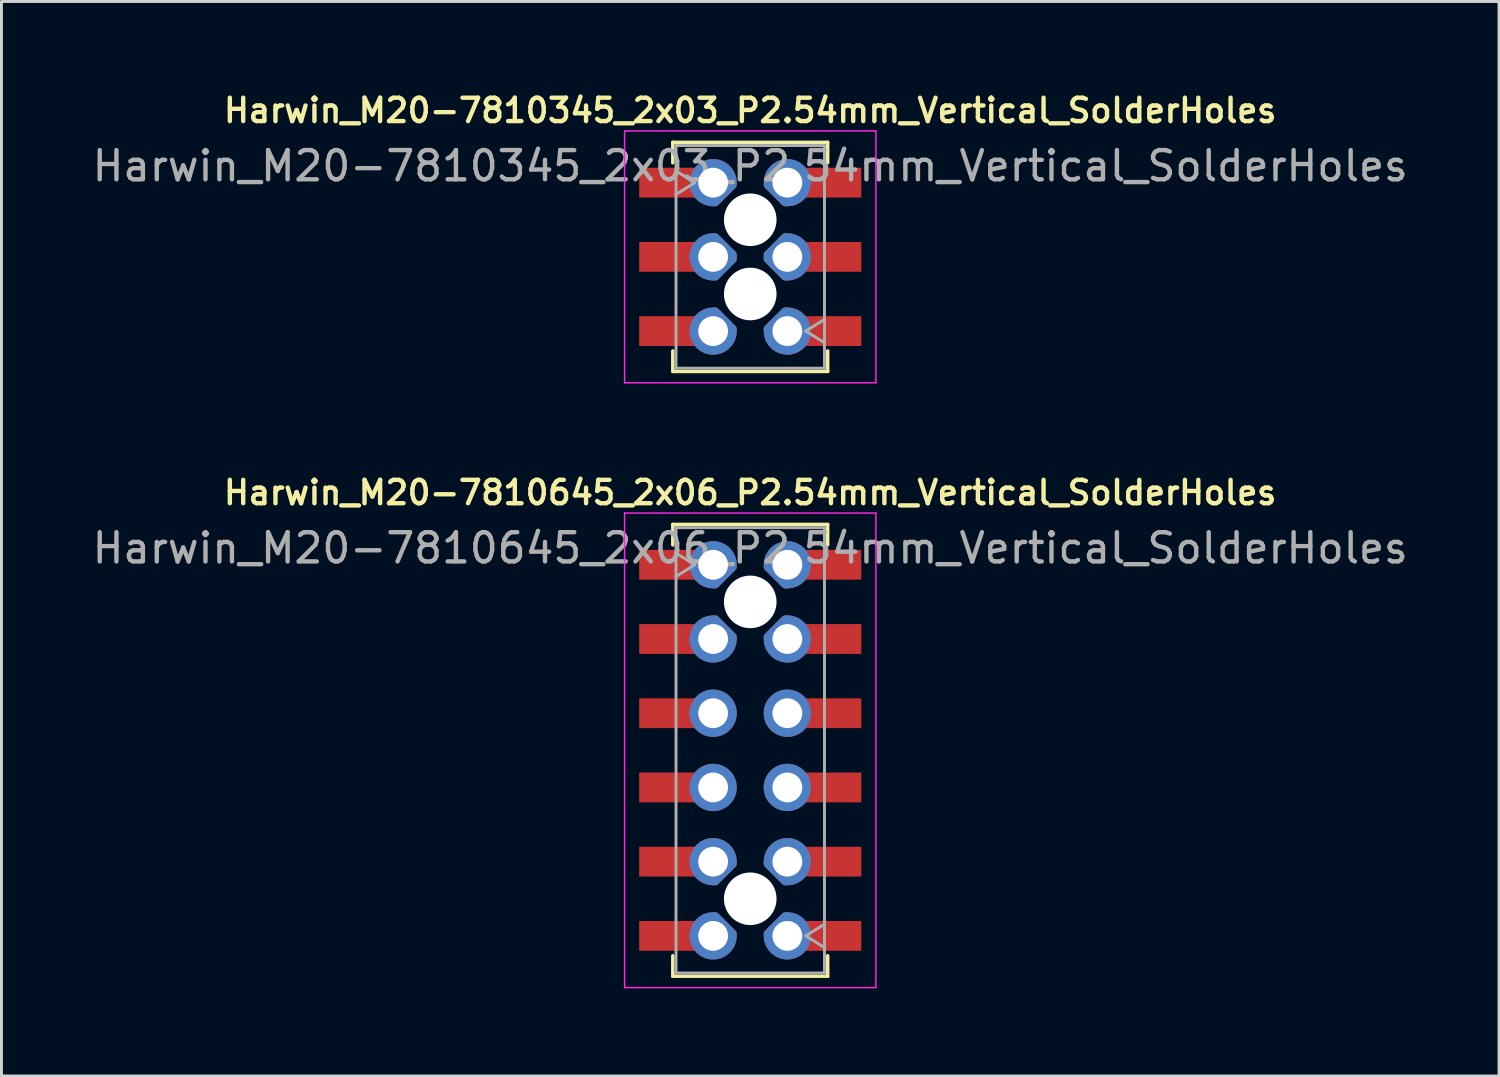
<source format=kicad_pcb>
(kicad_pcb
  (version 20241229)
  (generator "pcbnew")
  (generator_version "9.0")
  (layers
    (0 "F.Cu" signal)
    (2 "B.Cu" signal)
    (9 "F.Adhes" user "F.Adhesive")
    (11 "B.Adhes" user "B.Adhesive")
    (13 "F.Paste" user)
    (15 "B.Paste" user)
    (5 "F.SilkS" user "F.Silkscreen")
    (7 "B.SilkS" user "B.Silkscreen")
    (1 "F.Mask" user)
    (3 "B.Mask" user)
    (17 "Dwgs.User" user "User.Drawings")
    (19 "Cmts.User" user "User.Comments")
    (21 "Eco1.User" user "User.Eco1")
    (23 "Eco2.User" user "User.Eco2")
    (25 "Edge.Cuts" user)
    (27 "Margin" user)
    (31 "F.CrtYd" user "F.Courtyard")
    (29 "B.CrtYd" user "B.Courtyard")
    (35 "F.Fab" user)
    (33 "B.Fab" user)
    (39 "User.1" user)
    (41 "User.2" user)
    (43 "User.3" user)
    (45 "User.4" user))
  (footprint "Harwin_M20-7810345_2x03_P2.54mm_Vertical_SolderHoles"
    (layer "F.Cu")
    (at 22.625 5.741)
    (property "Reference" "Harwin_M20-7810345_2x03_P2.54mm_Vertical_SolderHoles" (at 0 -5.01 180) (layer "F.SilkS") (effects (font (size 0.8 0.8) (thickness 0.15))))
    (attr smd)
    (fp_line (start -2.65 -3.92) (end 2.65 -3.92) (stroke (width 0.12) (type solid)) (layer "F.SilkS"))
    (fp_line (start -2.65 -3.22) (end -2.65 -3.92) (stroke (width 0.12) (type solid)) (layer "F.SilkS"))
    (fp_line (start -2.65 3.22) (end -2.65 3.92) (stroke (width 0.12) (type solid)) (layer "F.SilkS"))
    (fp_line (start -2.65 3.92) (end 2.65 3.92) (stroke (width 0.12) (type solid)) (layer "F.SilkS"))
    (fp_line (start 2.65 -3.92) (end 2.65 -3.22) (stroke (width 0.12) (type solid)) (layer "F.SilkS"))
    (fp_line (start 2.65 3.92) (end 2.65 3.22) (stroke (width 0.12) (type solid)) (layer "F.SilkS"))
    (fp_line (start -4.3 -4.31) (end 4.3 -4.31) (stroke (width 0.05) (type solid)) (layer "F.CrtYd"))
    (fp_line (start -4.3 4.31) (end -4.3 -4.31) (stroke (width 0.05) (type solid)) (layer "F.CrtYd"))
    (fp_line (start 4.3 -4.31) (end 4.3 4.31) (stroke (width 0.05) (type solid)) (layer "F.CrtYd"))
    (fp_line (start 4.3 4.31) (end -4.3 4.31) (stroke (width 0.05) (type solid)) (layer "F.CrtYd"))
    (fp_line (start -2.54 -3.81) (end 2.54 -3.81) (stroke (width 0.1) (type solid)) (layer "F.Fab"))
    (fp_line (start -2.54 -2.94) (end -1.9 -2.54) (stroke (width 0.1) (type solid)) (layer "F.Fab"))
    (fp_line (start -2.54 3.81) (end -2.54 -3.81) (stroke (width 0.1) (type solid)) (layer "F.Fab"))
    (fp_line (start -1.9 -2.54) (end -2.54 -2.14) (stroke (width 0.1) (type solid)) (layer "F.Fab"))
    (fp_line (start 1.9 2.54) (end 2.54 2.14) (stroke (width 0.1) (type solid)) (layer "F.Fab"))
    (fp_line (start 2.54 -3.81) (end 2.54 3.81) (stroke (width 0.1) (type solid)) (layer "F.Fab"))
    (fp_line (start 2.54 2.94) (end 1.9 2.54) (stroke (width 0.1) (type solid)) (layer "F.Fab"))
    (fp_line (start 2.54 3.81) (end -2.54 3.81) (stroke (width 0.1) (type solid)) (layer "F.Fab"))
    (fp_text user "${REFERENCE}" (at 0 -3.11 180) (layer "F.Fab") (effects (font (size 1 1) (thickness 0.15))))
    (pad "" np_thru_hole circle (at 0 -1.27) (size 1.8 1.8) (drill 1.8) (layers "*.Cu" "*.Mask"))
    (pad "" np_thru_hole circle (at 0 1.27) (size 1.8 1.8) (drill 1.8) (layers "*.Cu" "*.Mask"))
    (pad "1" smd rect (at -2.71 2.54) (size 2.18 1.02) (layers "F.Cu" "F.Mask" "F.Paste"))
    (pad "1" thru_hole custom (at -1.27 2.54) (size 1.32 1.32) (drill 1.02) (layers "*.Cu" "*.Mask") (options (anchor circle)) (primitives (gr_line (start 0.07 -0.66) (end 0 -0.66) (width 0.3)) (gr_line (start 0.66 -0.07) (end 0.07 -0.66) (width 0.3)) (gr_arc (start 0.66 0) (mid -0.46669 0.46669) (end 0 -0.66) (width 0.3)) (gr_line (start 0.66 -0.07) (end 0.66 0) (width 0.3))))
    (pad "2" thru_hole custom (at 1.27 2.54) (size 1.32 1.32) (drill 1.02) (layers "*.Cu" "*.Mask") (options (anchor circle)) (primitives (gr_arc (start 0 -0.66) (mid 0.46669 0.46669) (end -0.66 0) (width 0.3)) (gr_line (start -0.07 -0.66) (end -0.66 -0.07) (width 0.3)) (gr_line (start -0.66 -0.07) (end -0.66 0) (width 0.3)) (gr_line (start -0.07 -0.66) (end 0 -0.66) (width 0.3))))
    (pad "2" smd rect (at 2.71 2.54 180) (size 2.18 1.02) (layers "F.Cu" "F.Mask" "F.Paste"))
    (pad "3" smd rect (at -2.71 0) (size 2.18 1.02) (layers "F.Cu" "F.Mask" "F.Paste"))
    (pad "3" thru_hole custom (at -1.27 0 180) (size 1.32 1.32) (drill 1.02) (layers "*.Cu" "*.Mask") (options (anchor circle)) (primitives (gr_line (start -0.66 0.07) (end -0.07 0.66) (width 0.3)) (gr_line (start -0.66 0.07) (end -0.66 0) (width 0.3)) (gr_line (start -0.07 -0.66) (end -0.66 -0.07) (width 0.3)) (gr_line (start -0.07 0.66) (end 0 0.66) (width 0.3)) (gr_arc (start 0 -0.66) (mid 0.66 0) (end 0 0.66) (width 0.3)) (gr_line (start -0.66 -0.07) (end -0.66 0) (width 0.3)) (gr_line (start -0.07 -0.66) (end 0 -0.66) (width 0.3))))
    (pad "4" thru_hole custom (at 1.27 0) (size 1.32 1.32) (drill 1.02) (layers "*.Cu" "*.Mask") (options (anchor circle)) (primitives (gr_line (start -0.66 0.07) (end -0.07 0.66) (width 0.3)) (gr_line (start -0.66 0.07) (end -0.66 0) (width 0.3)) (gr_line (start -0.07 -0.66) (end -0.66 -0.07) (width 0.3)) (gr_line (start -0.07 0.66) (end 0 0.66) (width 0.3)) (gr_arc (start 0 -0.66) (mid 0.66 0) (end 0 0.66) (width 0.3)) (gr_line (start -0.66 -0.07) (end -0.66 0) (width 0.3)) (gr_line (start -0.07 -0.66) (end 0 -0.66) (width 0.3))))
    (pad "4" smd rect (at 2.71 0 180) (size 2.18 1.02) (layers "F.Cu" "F.Mask" "F.Paste"))
    (pad "5" smd rect (at -2.71 -2.54) (size 2.18 1.02) (layers "F.Cu" "F.Mask" "F.Paste"))
    (pad "5" thru_hole custom (at -1.27 -2.54) (size 1.32 1.32) (drill 1.02) (layers "*.Cu" "*.Mask") (options (anchor circle)) (primitives (gr_line (start 0.07 0.66) (end 0 0.66) (width 0.3)) (gr_line (start 0.07 0.66) (end 0.66 0.07) (width 0.3)) (gr_line (start 0.66 0.07) (end 0.66 0) (width 0.3)) (gr_arc (start 0 0.66) (mid -0.46669 -0.46669) (end 0.66 0) (width 0.3))))
    (pad "6" thru_hole custom (at 1.27 -2.54) (size 1.32 1.32) (drill 1.02) (layers "*.Cu" "*.Mask") (options (anchor circle)) (primitives (gr_arc (start -0.66 0) (mid 0.46669 -0.46669) (end 0 0.66) (width 0.3)) (gr_line (start -0.66 0.07) (end -0.07 0.66) (width 0.3)) (gr_line (start -0.07 0.66) (end 0 0.66) (width 0.3)) (gr_line (start -0.66 0.07) (end -0.66 0) (width 0.3))))
    (pad "6" smd rect (at 2.71 -2.54 180) (size 2.18 1.02) (layers "F.Cu" "F.Mask" "F.Paste")))
  (footprint "Harwin_M20-7810645_2x06_P2.54mm_Vertical_SolderHoles"
    (layer "F.Cu")
    (at 22.625 22.628)
    (property "Reference" "Harwin_M20-7810645_2x06_P2.54mm_Vertical_SolderHoles" (at 0 -8.82 180) (layer "F.SilkS") (effects (font (size 0.8 0.8) (thickness 0.15))))
    (attr smd)
    (fp_line (start -2.65 -7.73) (end 2.65 -7.73) (stroke (width 0.12) (type solid)) (layer "F.SilkS"))
    (fp_line (start -2.65 -7.03) (end -2.65 -7.73) (stroke (width 0.12) (type solid)) (layer "F.SilkS"))
    (fp_line (start -2.65 7.03) (end -2.65 7.73) (stroke (width 0.12) (type solid)) (layer "F.SilkS"))
    (fp_line (start -2.65 7.73) (end 2.65 7.73) (stroke (width 0.12) (type solid)) (layer "F.SilkS"))
    (fp_line (start 2.65 -7.73) (end 2.65 -7.03) (stroke (width 0.12) (type solid)) (layer "F.SilkS"))
    (fp_line (start 2.65 7.73) (end 2.65 7.03) (stroke (width 0.12) (type solid)) (layer "F.SilkS"))
    (fp_line (start -4.3 -8.12) (end 4.3 -8.12) (stroke (width 0.05) (type solid)) (layer "F.CrtYd"))
    (fp_line (start -4.3 8.12) (end -4.3 -8.12) (stroke (width 0.05) (type solid)) (layer "F.CrtYd"))
    (fp_line (start 4.3 -8.12) (end 4.3 8.12) (stroke (width 0.05) (type solid)) (layer "F.CrtYd"))
    (fp_line (start 4.3 8.12) (end -4.3 8.12) (stroke (width 0.05) (type solid)) (layer "F.CrtYd"))
    (fp_line (start -2.54 -7.62) (end 2.54 -7.62) (stroke (width 0.1) (type solid)) (layer "F.Fab"))
    (fp_line (start -2.54 -6.75) (end -1.9 -6.35) (stroke (width 0.1) (type solid)) (layer "F.Fab"))
    (fp_line (start -2.54 7.62) (end -2.54 -7.62) (stroke (width 0.1) (type solid)) (layer "F.Fab"))
    (fp_line (start -1.9 -6.35) (end -2.54 -5.95) (stroke (width 0.1) (type solid)) (layer "F.Fab"))
    (fp_line (start 1.9 6.35) (end 2.54 5.95) (stroke (width 0.1) (type solid)) (layer "F.Fab"))
    (fp_line (start 2.54 -7.62) (end 2.54 7.62) (stroke (width 0.1) (type solid)) (layer "F.Fab"))
    (fp_line (start 2.54 6.75) (end 1.9 6.35) (stroke (width 0.1) (type solid)) (layer "F.Fab"))
    (fp_line (start 2.54 7.62) (end -2.54 7.62) (stroke (width 0.1) (type solid)) (layer "F.Fab"))
    (fp_text user "${REFERENCE}" (at 0 -6.92 180) (layer "F.Fab") (effects (font (size 1 1) (thickness 0.15))))
    (pad "" np_thru_hole circle (at 0 -5.08) (size 1.8 1.8) (drill 1.8) (layers "*.Cu" "*.Mask"))
    (pad "" np_thru_hole circle (at 0 5.08) (size 1.8 1.8) (drill 1.8) (layers "*.Cu" "*.Mask"))
    (pad "1" smd rect (at -2.71 6.35) (size 2.18 1.02) (layers "F.Cu" "F.Mask" "F.Paste"))
    (pad "1" thru_hole custom (at -1.27 6.35) (size 1.32 1.32) (drill 1.02) (layers "*.Cu" "*.Mask") (options (anchor circle)) (primitives (gr_line (start 0.07 -0.66) (end 0 -0.66) (width 0.3)) (gr_line (start 0.66 -0.07) (end 0.07 -0.66) (width 0.3)) (gr_arc (start 0.66 0) (mid -0.46669 0.46669) (end 0 -0.66) (width 0.3)) (gr_line (start 0.66 -0.07) (end 0.66 0) (width 0.3))))
    (pad "2" thru_hole custom (at 1.27 6.35) (size 1.32 1.32) (drill 1.02) (layers "*.Cu" "*.Mask") (options (anchor circle)) (primitives (gr_arc (start 0 -0.66) (mid 0.46669 0.46669) (end -0.66 0) (width 0.3)) (gr_line (start -0.07 -0.66) (end -0.66 -0.07) (width 0.3)) (gr_line (start -0.66 -0.07) (end -0.66 0) (width 0.3)) (gr_line (start -0.07 -0.66) (end 0 -0.66) (width 0.3))))
    (pad "2" smd rect (at 2.71 6.35 180) (size 2.18 1.02) (layers "F.Cu" "F.Mask" "F.Paste"))
    (pad "3" smd rect (at -2.71 3.81) (size 2.18 1.02) (layers "F.Cu" "F.Mask" "F.Paste"))
    (pad "3" thru_hole custom (at -1.27 3.81) (size 1.32 1.32) (drill 1.02) (layers "*.Cu" "*.Mask") (options (anchor circle)) (primitives (gr_arc (start 0 0.66) (mid -0.46669 -0.46669) (end 0.66 0) (width 0.3)) (gr_line (start 0.07 0.66) (end 0 0.66) (width 0.3)) (gr_line (start 0.66 0.07) (end 0.66 0) (width 0.3)) (gr_line (start 0.07 0.66) (end 0.66 0.07) (width 0.3))))
    (pad "4" thru_hole custom (at 1.27 3.81) (size 1.32 1.32) (drill 1.02) (layers "*.Cu" "*.Mask") (options (anchor circle)) (primitives (gr_line (start -0.66 0.07) (end -0.66 0) (width 0.3)) (gr_line (start -0.07 0.66) (end 0 0.66) (width 0.3)) (gr_line (start -0.66 0.07) (end -0.07 0.66) (width 0.3)) (gr_arc (start -0.66 0) (mid 0.46669 -0.46669) (end 0 0.66) (width 0.3))))
    (pad "4" smd rect (at 2.71 3.81 180) (size 2.18 1.02) (layers "F.Cu" "F.Mask" "F.Paste"))
    (pad "5" smd rect (at -2.71 1.27) (size 2.18 1.02) (layers "F.Cu" "F.Mask" "F.Paste"))
    (pad "5" thru_hole circle (at -1.27 1.27) (size 1.62 1.62) (drill 1.02) (layers "*.Cu" "*.Mask"))
    (pad "6" thru_hole circle (at 1.27 1.27 180) (size 1.62 1.62) (drill 1.02) (layers "*.Cu" "*.Mask"))
    (pad "6" smd rect (at 2.71 1.27 180) (size 2.18 1.02) (layers "F.Cu" "F.Mask" "F.Paste"))
    (pad "7" smd rect (at -2.71 -1.27) (size 2.18 1.02) (layers "F.Cu" "F.Mask" "F.Paste"))
    (pad "7" thru_hole circle (at -1.27 -1.27) (size 1.62 1.62) (drill 1.02) (layers "*.Cu" "*.Mask"))
    (pad "8" thru_hole circle (at 1.27 -1.27 180) (size 1.62 1.62) (drill 1.02) (layers "*.Cu" "*.Mask"))
    (pad "8" smd rect (at 2.71 -1.27 180) (size 2.18 1.02) (layers "F.Cu" "F.Mask" "F.Paste"))
    (pad "9" smd rect (at -2.71 -3.81) (size 2.18 1.02) (layers "F.Cu" "F.Mask" "F.Paste"))
    (pad "9" thru_hole custom (at -1.27 -3.81) (size 1.32 1.32) (drill 1.02) (layers "*.Cu" "*.Mask") (options (anchor circle)) (primitives (gr_line (start 0.66 -0.07) (end 0.07 -0.66) (width 0.3)) (gr_line (start 0.07 -0.66) (end 0 -0.66) (width 0.3)) (gr_line (start 0.66 -0.07) (end 0.66 0) (width 0.3)) (gr_arc (start 0.66 0) (mid -0.46669 0.46669) (end 0 -0.66) (width 0.3))))
    (pad "10" thru_hole custom (at 1.27 -3.81) (size 1.32 1.32) (drill 1.02) (layers "*.Cu" "*.Mask") (options (anchor circle)) (primitives (gr_arc (start 0 -0.66) (mid 0.46669 0.46669) (end -0.66 0) (width 0.3)) (gr_line (start -0.07 -0.66) (end 0 -0.66) (width 0.3)) (gr_line (start -0.07 -0.66) (end -0.66 -0.07) (width 0.3)) (gr_line (start -0.66 -0.07) (end -0.66 0) (width 0.3))))
    (pad "10" smd rect (at 2.71 -3.81 180) (size 2.18 1.02) (layers "F.Cu" "F.Mask" "F.Paste"))
    (pad "11" smd rect (at -2.71 -6.35) (size 2.18 1.02) (layers "F.Cu" "F.Mask" "F.Paste"))
    (pad "11" thru_hole custom (at -1.27 -6.35) (size 1.32 1.32) (drill 1.02) (layers "*.Cu" "*.Mask") (options (anchor circle)) (primitives (gr_line (start 0.07 0.66) (end 0 0.66) (width 0.3)) (gr_line (start 0.07 0.66) (end 0.66 0.07) (width 0.3)) (gr_line (start 0.66 0.07) (end 0.66 0) (width 0.3)) (gr_arc (start 0 0.66) (mid -0.46669 -0.46669) (end 0.66 0) (width 0.3))))
    (pad "12" thru_hole custom (at 1.27 -6.35) (size 1.32 1.32) (drill 1.02) (layers "*.Cu" "*.Mask") (options (anchor circle)) (primitives (gr_arc (start -0.66 0) (mid 0.46669 -0.46669) (end 0 0.66) (width 0.3)) (gr_line (start -0.66 0.07) (end -0.07 0.66) (width 0.3)) (gr_line (start -0.07 0.66) (end 0 0.66) (width 0.3)) (gr_line (start -0.66 0.07) (end -0.66 0) (width 0.3))))
    (pad "12" smd rect (at 2.71 -6.35 180) (size 2.18 1.02) (layers "F.Cu" "F.Mask" "F.Paste")))
  (gr_rect
    (start -3 -3)
    (end 48.25 33.773)
    (stroke (width 0.1) (type default))
    (fill no)
    (layer "Edge.Cuts")))
</source>
